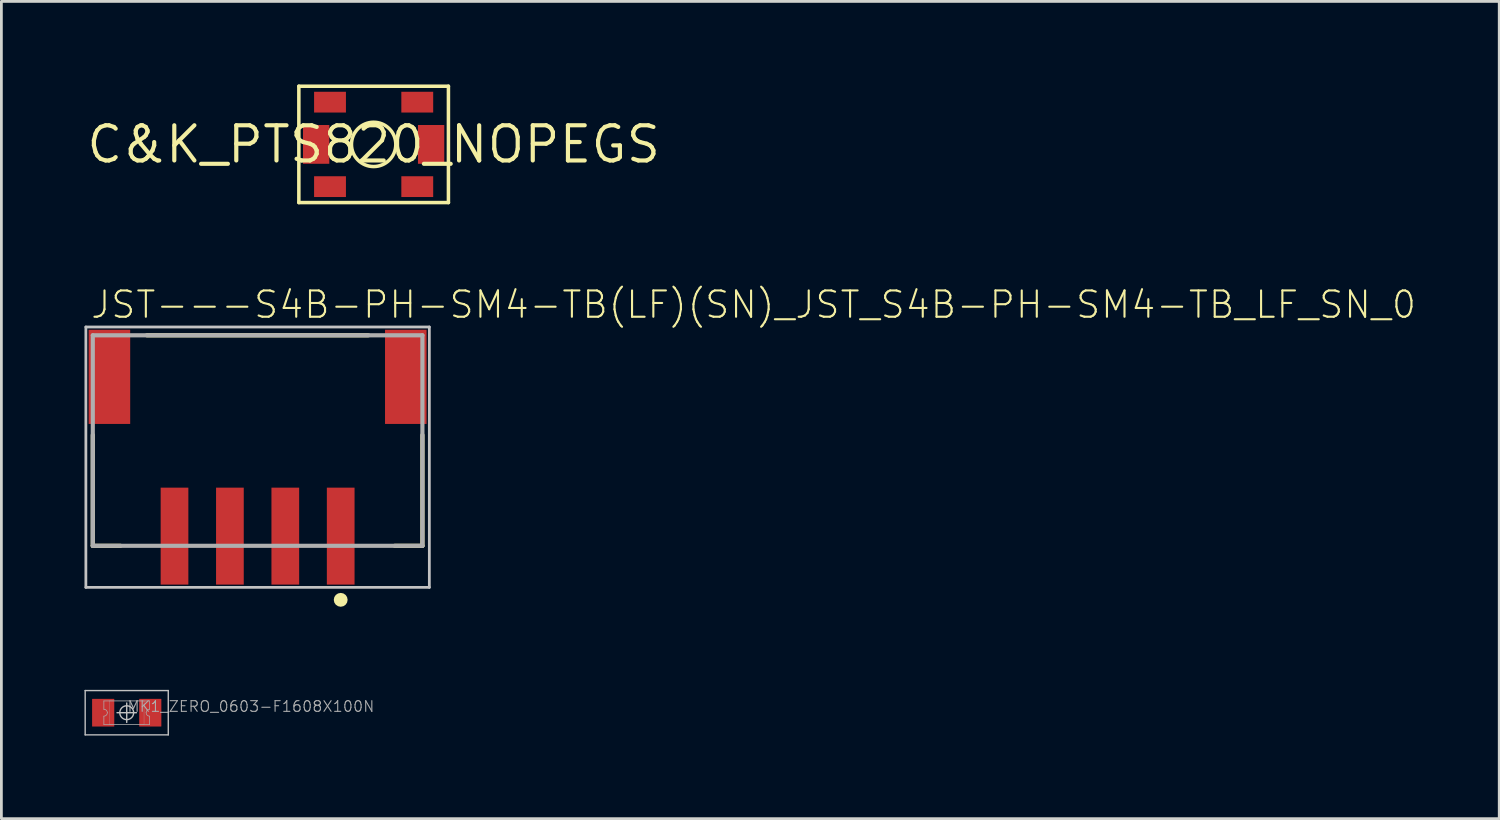
<source format=kicad_pcb>
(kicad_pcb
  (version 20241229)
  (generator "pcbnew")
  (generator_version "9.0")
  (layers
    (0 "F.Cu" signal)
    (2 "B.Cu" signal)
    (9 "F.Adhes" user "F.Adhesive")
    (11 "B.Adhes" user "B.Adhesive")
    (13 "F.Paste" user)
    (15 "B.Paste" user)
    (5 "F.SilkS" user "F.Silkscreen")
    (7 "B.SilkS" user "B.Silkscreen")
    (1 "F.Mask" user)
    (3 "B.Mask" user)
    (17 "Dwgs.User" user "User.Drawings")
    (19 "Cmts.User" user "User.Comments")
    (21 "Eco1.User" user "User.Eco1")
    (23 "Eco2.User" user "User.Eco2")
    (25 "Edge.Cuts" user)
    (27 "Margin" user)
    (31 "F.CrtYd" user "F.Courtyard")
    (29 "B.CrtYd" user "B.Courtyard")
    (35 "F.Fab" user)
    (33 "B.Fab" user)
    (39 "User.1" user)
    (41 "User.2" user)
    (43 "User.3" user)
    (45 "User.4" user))
  (footprint "MK1_ZERO_0603-F1608X100N"
    (layer "F.Cu")
    (at 1.525 22.68)
    (property "Reference" "MK1_ZERO_0603-F1608X100N" (at 0 0 0) (layer "F.Fab") (effects (font (size 0.386 0.386) (thickness 0.039)) (justify left bottom)))
    (attr through_hole)
    (fp_line (start -1.5 -0.8) (end -1.5 0.8) (stroke (width 0.05) (type solid)) (layer "Dwgs.User"))
    (fp_line (start -1.5 0.8) (end 1.5 0.8) (stroke (width 0.05) (type solid)) (layer "Dwgs.User"))
    (fp_line (start 0 0.35) (end 0 -0.35) (stroke (width 0.05) (type solid)) (layer "Dwgs.User"))
    (fp_line (start 0.35 0) (end -0.35 0) (stroke (width 0.05) (type solid)) (layer "Dwgs.User"))
    (fp_line (start 1.5 -0.8) (end -1.5 -0.8) (stroke (width 0.05) (type solid)) (layer "Dwgs.User"))
    (fp_line (start 1.5 0.8) (end 1.5 -0.8) (stroke (width 0.05) (type solid)) (layer "Dwgs.User"))
    (fp_circle (center 0 0) (end 0.25 0) (stroke (width 0.05) (type solid)) (fill no) (layer "Dwgs.User"))
    (fp_line (start -0.825 -0.425) (end 0.825 -0.425) (stroke (width 0.025) (type solid)) (layer "F.Fab"))
    (fp_line (start -0.825 -0.125) (end -0.825 -0.425) (stroke (width 0.025) (type solid)) (layer "F.Fab"))
    (fp_line (start -0.825 0.425) (end -0.825 0.125) (stroke (width 0.025) (type solid)) (layer "F.Fab"))
    (fp_line (start -0.625 -0.425) (end -0.625 0.425) (stroke (width 0.01) (type solid)) (layer "F.Fab"))
    (fp_line (start -0.625 0.425) (end 0.625 0.425) (stroke (width 0.01) (type solid)) (layer "F.Fab"))
    (fp_line (start 0.625 -0.425) (end -0.625 -0.425) (stroke (width 0.01) (type solid)) (layer "F.Fab"))
    (fp_line (start 0.625 0.425) (end 0.625 -0.425) (stroke (width 0.01) (type solid)) (layer "F.Fab"))
    (fp_line (start 0.825 -0.425) (end 0.825 -0.125) (stroke (width 0.025) (type solid)) (layer "F.Fab"))
    (fp_line (start 0.825 0.125) (end 0.825 0.425) (stroke (width 0.025) (type solid)) (layer "F.Fab"))
    (fp_line (start 0.825 0.425) (end -0.825 0.425) (stroke (width 0.025) (type solid)) (layer "F.Fab"))
    (fp_arc (start -0.825 -0.125) (mid -0.736612 -0.088388) (end -0.7 0) (stroke (width 0.025) (type solid)) (layer "F.Fab"))
    (fp_arc (start -0.7 0) (mid -0.736612 0.088388) (end -0.825 0.125) (stroke (width 0.025) (type solid)) (layer "F.Fab"))
    (fp_arc (start 0.7 0) (mid 0.736612 -0.088388) (end 0.825 -0.125) (stroke (width 0.025) (type solid)) (layer "F.Fab"))
    (fp_arc (start 0.825 0.125) (mid 0.736612 0.088388) (end 0.7 0) (stroke (width 0.025) (type solid)) (layer "F.Fab"))
    (pad "1" smd roundrect (at -0.85 0) (size 0.8 1) (layers "F.Cu" "F.Mask" "F.Paste") (roundrect_rratio 0.015))
    (pad "2" smd roundrect (at 0.85 0) (size 0.8 1) (layers "F.Cu" "F.Mask" "F.Paste") (roundrect_rratio 0.015)))
  (footprint "C&K_PTS820_NOPEGS"
    (layer "F.Cu")
    (at 10.439 2.163)
    (property "Reference" "C&K_PTS820_NOPEGS" (at 0 0 0) (layer "F.SilkS") (effects (font (size 1.27 1.27) (thickness 0.15))))
    (attr through_hole)
    (fp_line (start -2.7 -2.1) (end -2.7 2.1) (stroke (width 0.127) (type solid)) (layer "F.SilkS"))
    (fp_line (start -2.7 2.1) (end 2.7 2.1) (stroke (width 0.127) (type solid)) (layer "F.SilkS"))
    (fp_line (start 2.7 -2.1) (end -2.7 -2.1) (stroke (width 0.127) (type solid)) (layer "F.SilkS"))
    (fp_line (start 2.7 2.1) (end 2.7 -2.1) (stroke (width 0.127) (type solid)) (layer "F.SilkS"))
    (fp_circle (center 0 0) (end 0.8 0) (stroke (width 0.127) (type solid)) (fill no) (layer "F.SilkS"))
    (pad "1" smd rect (at -1.575 -1.525 180) (size 1.15 0.75) (layers "F.Cu" "F.Mask" "F.Paste"))
    (pad "2" smd rect (at -1.575 1.525 180) (size 1.15 0.75) (layers "F.Cu" "F.Mask" "F.Paste"))
    (pad "3" smd rect (at 1.575 -1.525 180) (size 1.15 0.75) (layers "F.Cu" "F.Mask" "F.Paste"))
    (pad "4" smd rect (at 1.575 1.525 180) (size 1.15 0.75) (layers "F.Cu" "F.Mask" "F.Paste"))
    (pad "5" smd rect (at -2.075 0 90) (size 1.4 0.95) (layers "F.Cu" "F.Mask" "F.Paste"))
    (pad "6" smd rect (at 2.075 0 90) (size 1.4 0.95) (layers "F.Cu" "F.Mask" "F.Paste")))
  (footprint "JST---S4B-PH-SM4-TB(LF)(SN)_JST_S4B-PH-SM4-TB_LF_SN_0"
    (layer "F.Cu")
    (at 6.25 12.855)
    (property "Reference" "JST---S4B-PH-SM4-TB(LF)(SN)_JST_S4B-PH-SM4-TB_LF_SN_0" (at -6.075 -4.35 180) (layer "F.SilkS") (effects (font (size 0.95 0.95) (thickness 0.076)) (justify left bottom)))
    (attr through_hole)
    (fp_line (start -5.95 3.8) (end -5.95 -0.2) (stroke (width 0.15) (type solid)) (layer "F.SilkS"))
    (fp_line (start -5.95 3.8) (end -4.95 3.8) (stroke (width 0.15) (type solid)) (layer "F.SilkS"))
    (fp_line (start -4 -3.8) (end 4 -3.8) (stroke (width 0.15) (type solid)) (layer "F.SilkS"))
    (fp_line (start 4.95 3.8) (end 5.95 3.8) (stroke (width 0.15) (type solid)) (layer "F.SilkS"))
    (fp_line (start 5.95 3.8) (end 5.95 -0.2) (stroke (width 0.15) (type solid)) (layer "F.SilkS"))
    (fp_circle (center 3 5.75) (end 3.125 5.75) (stroke (width 0.25) (type solid)) (fill no) (layer "F.SilkS"))
    (fp_line (start -6.2 -4.1) (end 6.2 -4.1) (stroke (width 0.1) (type solid)) (layer "Dwgs.User"))
    (fp_line (start -6.2 5.3) (end -6.2 -4.1) (stroke (width 0.1) (type solid)) (layer "Dwgs.User"))
    (fp_line (start 6.2 -4.1) (end 6.2 5.3) (stroke (width 0.1) (type solid)) (layer "Dwgs.User"))
    (fp_line (start 6.2 5.3) (end -6.2 5.3) (stroke (width 0.1) (type solid)) (layer "Dwgs.User"))
    (fp_line (start -5.95 -3.8) (end 5.95 -3.8) (stroke (width 0.15) (type solid)) (layer "F.Fab"))
    (fp_line (start -5.95 3.8) (end -5.95 -3.8) (stroke (width 0.15) (type solid)) (layer "F.Fab"))
    (fp_line (start 5.95 -3.8) (end 5.95 3.8) (stroke (width 0.15) (type solid)) (layer "F.Fab"))
    (fp_line (start 5.95 3.8) (end -5.95 3.8) (stroke (width 0.15) (type solid)) (layer "F.Fab"))
    (pad "1" smd rect (at 3 3.45) (size 1 3.5) (layers "F.Cu" "F.Mask" "F.Paste"))
    (pad "2" smd rect (at 1 3.45) (size 1 3.5) (layers "F.Cu" "F.Mask" "F.Paste"))
    (pad "3" smd rect (at -1 3.45) (size 1 3.5) (layers "F.Cu" "F.Mask" "F.Paste"))
    (pad "4" smd rect (at -3 3.45) (size 1 3.5) (layers "F.Cu" "F.Mask" "F.Paste"))
    (pad "5" smd rect (at -5.35 -2.3) (size 1.5 3.4) (layers "F.Cu" "F.Mask" "F.Paste"))
    (pad "6" smd rect (at 5.35 -2.3) (size 1.5 3.4) (layers "F.Cu" "F.Mask" "F.Paste")))
  (gr_rect
    (start -3 -3)
    (end 51.075 26.505)
    (stroke (width 0.1) (type default))
    (fill no)
    (layer "Edge.Cuts")))
</source>
